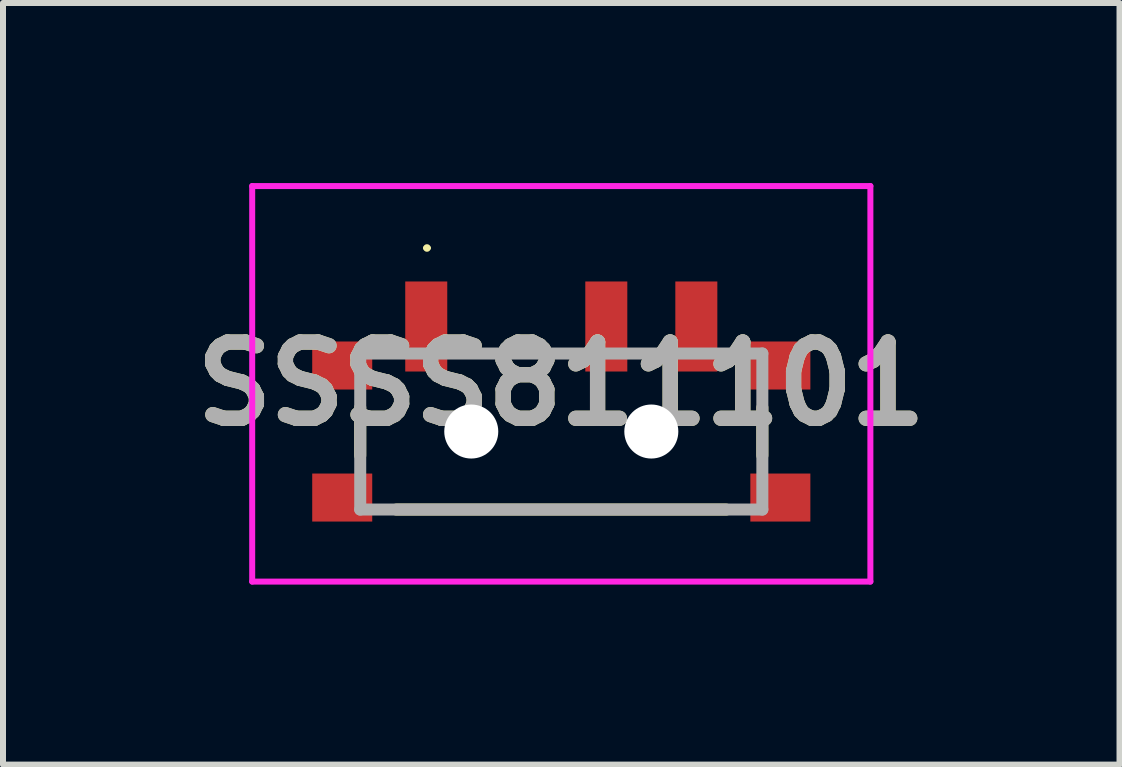
<source format=kicad_pcb>
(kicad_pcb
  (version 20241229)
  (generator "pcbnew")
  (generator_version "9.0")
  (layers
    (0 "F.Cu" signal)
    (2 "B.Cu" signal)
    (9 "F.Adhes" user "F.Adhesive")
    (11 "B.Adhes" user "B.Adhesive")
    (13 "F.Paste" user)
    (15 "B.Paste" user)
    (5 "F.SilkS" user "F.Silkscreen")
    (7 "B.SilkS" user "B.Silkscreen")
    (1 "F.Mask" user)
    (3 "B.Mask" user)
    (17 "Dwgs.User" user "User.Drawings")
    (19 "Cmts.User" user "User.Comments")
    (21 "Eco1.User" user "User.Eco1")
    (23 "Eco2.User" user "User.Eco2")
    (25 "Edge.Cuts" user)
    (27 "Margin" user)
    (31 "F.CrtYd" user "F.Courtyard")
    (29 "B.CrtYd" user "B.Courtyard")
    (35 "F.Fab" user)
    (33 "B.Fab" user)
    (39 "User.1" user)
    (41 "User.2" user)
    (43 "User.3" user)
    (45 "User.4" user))
  (footprint "SSSS811101"
    (layer "F.Cu")
    (at 6.302 4.14)
    (property "Reference" "SSSS811101" (at 0 -0.795 0) (layer "F.SilkS") (effects (font (size 1.27 1.27) (thickness 0.254))))
    (attr through_hole)
    (fp_line (start -3.35 -0.4) (end -3.35 0.4) (stroke (width 0.2) (type solid)) (layer "F.SilkS"))
    (fp_line (start -2.748 1.3) (end 2.748 1.3) (stroke (width 0.2) (type solid)) (layer "F.SilkS"))
    (fp_line (start -2.27 -3.058) (end -2.27 -3.058) (stroke (width 0.063) (type solid)) (layer "F.SilkS"))
    (fp_line (start -2.206 -3.058) (end -2.206 -3.058) (stroke (width 0.063) (type solid)) (layer "F.SilkS"))
    (fp_line (start 3.35 -0.4) (end 3.35 0.4) (stroke (width 0.2) (type solid)) (layer "F.SilkS"))
    (fp_arc (start -2.27 -3.058) (mid -2.238 -3.09) (end -2.206 -3.058) (stroke (width 0.06306) (type solid)) (layer "F.SilkS"))
    (fp_arc (start -2.206 -3.058) (mid -2.238 -3.026) (end -2.27 -3.058) (stroke (width 0.06306) (type solid)) (layer "F.SilkS"))
    (fp_line (start -5.15 -4.09) (end 5.15 -4.09) (stroke (width 0.1) (type solid)) (layer "F.CrtYd"))
    (fp_line (start -5.15 2.5) (end -5.15 -4.09) (stroke (width 0.1) (type solid)) (layer "F.CrtYd"))
    (fp_line (start 5.15 -4.09) (end 5.15 2.5) (stroke (width 0.1) (type solid)) (layer "F.CrtYd"))
    (fp_line (start 5.15 2.5) (end -5.15 2.5) (stroke (width 0.1) (type solid)) (layer "F.CrtYd"))
    (fp_line (start -3.35 -1.3) (end 3.35 -1.3) (stroke (width 0.2) (type solid)) (layer "F.Fab"))
    (fp_line (start -3.35 1.3) (end -3.35 -1.3) (stroke (width 0.2) (type solid)) (layer "F.Fab"))
    (fp_line (start 3.35 -1.3) (end 3.35 1.3) (stroke (width 0.2) (type solid)) (layer "F.Fab"))
    (fp_line (start 3.35 1.3) (end -3.35 1.3) (stroke (width 0.2) (type solid)) (layer "F.Fab"))
    (fp_text user "${REFERENCE}" (at 0 -0.795 0) (layer "F.Fab") (effects (font (size 1.27 1.27) (thickness 0.254))))
    (pad "" np_thru_hole circle (at -1.5 0) (size 0.9 0.9) (drill 0.9) (layers "*.Cu" "*.Mask"))
    (pad "" np_thru_hole circle (at 1.5 0) (size 0.9 0.9) (drill 0.9) (layers "*.Cu" "*.Mask"))
    (pad "1" smd rect (at -2.25 -1.75) (size 0.7 1.5) (layers "F.Cu" "F.Mask" "F.Paste"))
    (pad "2" smd rect (at 0.75 -1.75) (size 0.7 1.5) (layers "F.Cu" "F.Mask" "F.Paste"))
    (pad "3" smd rect (at 2.25 -1.75) (size 0.7 1.5) (layers "F.Cu" "F.Mask" "F.Paste"))
    (pad "4" smd rect (at -3.65 -1.1 90) (size 0.8 1) (layers "F.Cu" "F.Mask" "F.Paste"))
    (pad "5" smd rect (at -3.65 1.1 90) (size 0.8 1) (layers "F.Cu" "F.Mask" "F.Paste"))
    (pad "6" smd rect (at 3.65 -1.1 90) (size 0.8 1) (layers "F.Cu" "F.Mask" "F.Paste"))
    (pad "7" smd rect (at 3.65 1.1 90) (size 0.8 1) (layers "F.Cu" "F.Mask" "F.Paste")))
  (gr_rect
    (start -3 -3)
    (end 15.603 9.69)
    (stroke (width 0.1) (type default))
    (fill no)
    (layer "Edge.Cuts")))
</source>
